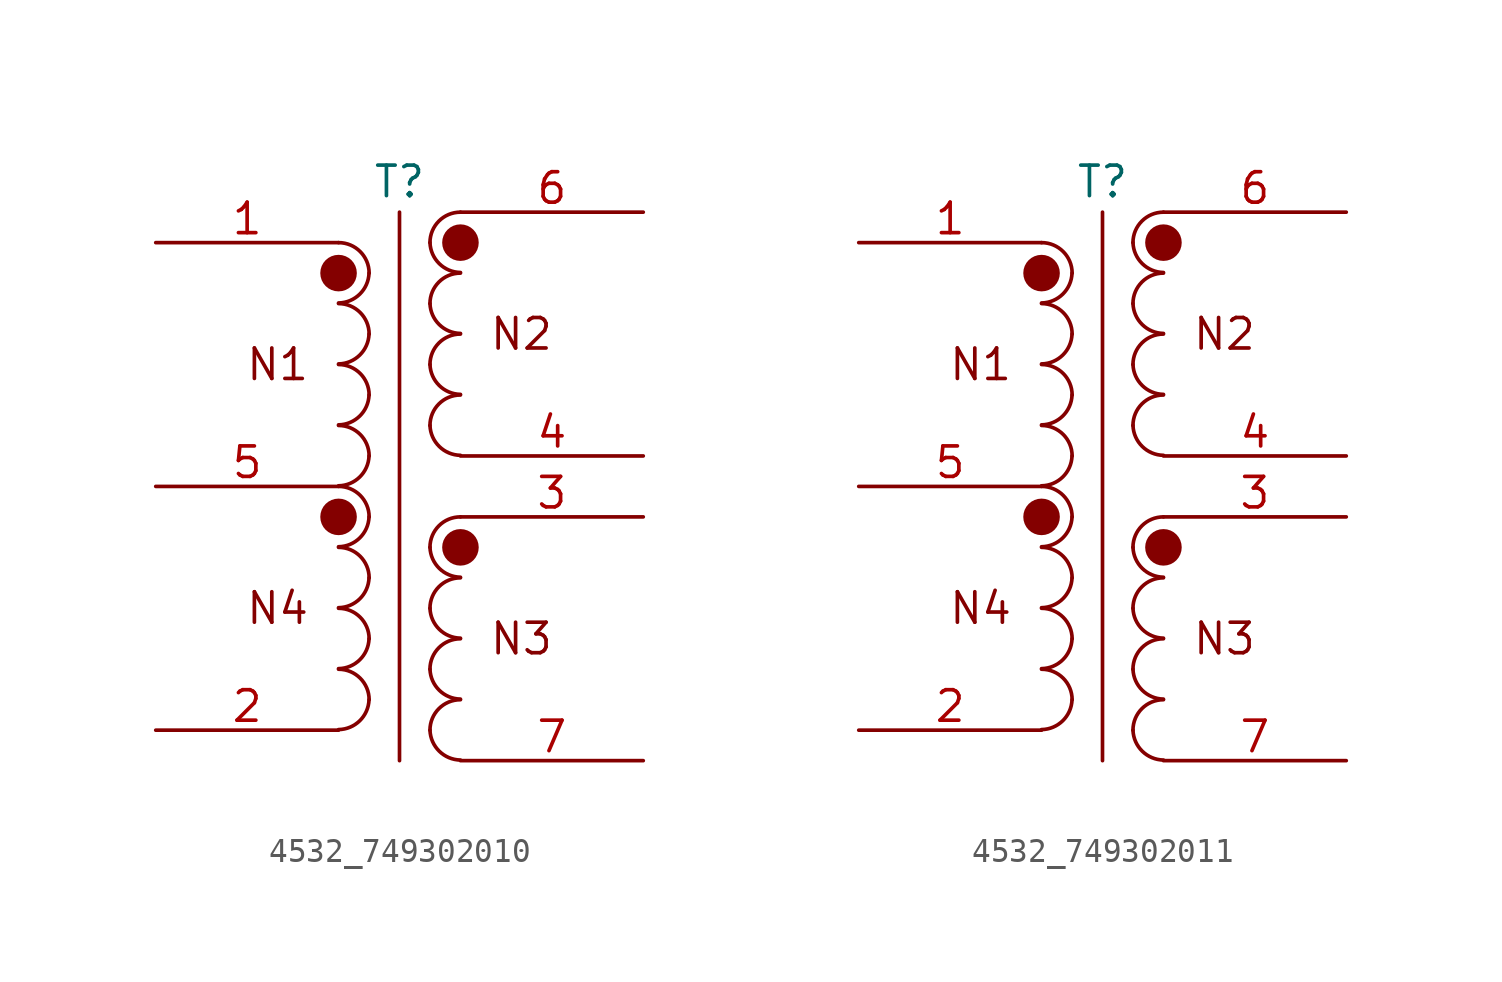
<source format=kicad_sym>
(kicad_symbol_lib
  (version 20220914)
  (generator kicad_symbol_editor)
  (symbol "4532_749302010"
    (pin_names hide)
    (property "Reference" "T"
      (at 0 12.7 0)
      (effects (font (size 1.27 1.27))))
    (property "Critical Parameter" ""
      (at 0 -5.08 0)
      (effects (font (size 1.27 1.27)) (justify left)))
    (symbol "4532_749302010_0_1"
      (arc (start -2.54 -10.1346) (mid -1.6561 -9.7663) (end -1.27 -8.89) (stroke (width 0) (type default)) (fill (type none)))
      (arc (start -2.54 -7.5946) (mid -1.6561 -7.2263) (end -1.27 -6.35) (stroke (width 0) (type default)) (fill (type none)))
      (arc (start -2.54 -5.0546) (mid -1.6561 -4.6863) (end -1.27 -3.81) (stroke (width 0) (type default)) (fill (type none)))
      (arc (start -2.54 -2.5146) (mid -1.6561 -2.1463) (end -1.27 -1.27) (stroke (width 0) (type default)) (fill (type none)))
      (arc (start -2.54 0.0254) (mid -1.6561 0.3937) (end -1.27 1.27) (stroke (width 0) (type default)) (fill (type none)))
      (arc (start -2.54 2.5654) (mid -1.6561 2.9337) (end -1.27 3.81) (stroke (width 0) (type default)) (fill (type none)))
      (arc (start -2.54 5.1054) (mid -1.6561 5.4737) (end -1.27 6.35) (stroke (width 0) (type default)) (fill (type none)))
      (arc (start -2.54 7.6454) (mid -1.6561 8.0137) (end -1.27 8.89) (stroke (width 0) (type default)) (fill (type none)))
      (arc (start -1.27 -8.89) (mid -1.642 -7.992) (end -2.54 -7.62) (stroke (width 0) (type default)) (fill (type none)))
      (arc (start -1.27 -6.35) (mid -1.642 -5.452) (end -2.54 -5.08) (stroke (width 0) (type default)) (fill (type none)))
      (arc (start -1.27 -3.81) (mid -1.642 -2.912) (end -2.54 -2.54) (stroke (width 0) (type default)) (fill (type none)))
      (arc (start -1.27 -1.27) (mid -1.642 -0.372) (end -2.54 0) (stroke (width 0) (type default)) (fill (type none)))
      (arc (start -1.27 1.27) (mid -1.642 2.168) (end -2.54 2.54) (stroke (width 0) (type default)) (fill (type none)))
      (arc (start -1.27 3.81) (mid -1.642 4.708) (end -2.54 5.08) (stroke (width 0) (type default)) (fill (type none)))
      (arc (start -1.27 6.35) (mid -1.642 7.248) (end -2.54 7.62) (stroke (width 0) (type default)) (fill (type none)))
      (arc (start -1.27 8.89) (mid -1.642 9.788) (end -2.54 10.16) (stroke (width 0) (type default)) (fill (type none)))
      (polyline (pts (xy 0 -11.43) (xy 0 11.43)) (stroke (width 0) (type default)) (fill (type none)))
      (arc (start 1.27 -10.16) (mid 1.6561 -11.0363) (end 2.54 -11.4046) (stroke (width 0) (type default)) (fill (type none)))
      (arc (start 1.27 -7.62) (mid 1.6561 -8.4963) (end 2.54 -8.8646) (stroke (width 0) (type default)) (fill (type none)))
      (arc (start 1.27 -5.08) (mid 1.6561 -5.9563) (end 2.54 -6.3246) (stroke (width 0) (type default)) (fill (type none)))
      (arc (start 1.27 -2.54) (mid 1.6561 -3.4163) (end 2.54 -3.7846) (stroke (width 0) (type default)) (fill (type none)))
      (arc (start 1.27 2.54) (mid 1.6561 1.6637) (end 2.54 1.2954) (stroke (width 0) (type default)) (fill (type none)))
      (arc (start 1.27 5.08) (mid 1.6561 4.2037) (end 2.54 3.8354) (stroke (width 0) (type default)) (fill (type none)))
      (arc (start 1.27 7.62) (mid 1.6561 6.7437) (end 2.54 6.3754) (stroke (width 0) (type default)) (fill (type none)))
      (arc (start 1.27 10.16) (mid 1.6561 9.2837) (end 2.54 8.9154) (stroke (width 0) (type default)) (fill (type none)))
      (arc (start 2.54 -8.89) (mid 1.642 -9.262) (end 1.27 -10.16) (stroke (width 0) (type default)) (fill (type none)))
      (arc (start 2.54 -6.35) (mid 1.642 -6.722) (end 1.27 -7.62) (stroke (width 0) (type default)) (fill (type none)))
      (arc (start 2.54 -3.81) (mid 1.642 -4.182) (end 1.27 -5.08) (stroke (width 0) (type default)) (fill (type none)))
      (arc (start 2.54 -1.27) (mid 1.642 -1.642) (end 1.27 -2.54) (stroke (width 0) (type default)) (fill (type none)))
      (arc (start 2.54 3.81) (mid 1.642 3.438) (end 1.27 2.54) (stroke (width 0) (type default)) (fill (type none)))
      (arc (start 2.54 6.35) (mid 1.642 5.978) (end 1.27 5.08) (stroke (width 0) (type default)) (fill (type none)))
      (arc (start 2.54 8.89) (mid 1.642 8.518) (end 1.27 7.62) (stroke (width 0) (type default)) (fill (type none)))
      (arc (start 2.54 11.43) (mid 1.642 11.058) (end 1.27 10.16) (stroke (width 0) (type default)) (fill (type none))))
    (symbol "4532_749302010_1_1"
      (circle (center -2.54 -1.27) (radius 0.0001) (stroke (width 0.762) (type default)) (fill (type none)))
      (circle (center -2.54 8.89) (radius 0.0001) (stroke (width 0.762) (type default)) (fill (type none)))
      (circle (center 2.54 -2.54) (radius 0.0001) (stroke (width 0.762) (type default)) (fill (type none)))
      (circle (center 2.54 10.16) (radius 0.0001) (stroke (width 0.762) (type default)) (fill (type none)))
      (text "N1" (at -5.08 5.08 0) (effects (font (size 1.27 1.27))))
      (text "N2" (at 5.08 6.35 0) (effects (font (size 1.27 1.27))))
      (text "N3" (at 5.08 -6.35 0) (effects (font (size 1.27 1.27))))
      (text "N4" (at -5.08 -5.08 0) (effects (font (size 1.27 1.27))))
      (pin passive line (at -10.16 10.16 0) (length 7.62) (name "1" (effects (font (size 1.27 1.27)))) (number "1" (effects (font (size 1.27 1.27)))))
      (pin passive line (at -10.16 -10.16 0) (length 7.62) (name "2" (effects (font (size 1.27 1.27)))) (number "2" (effects (font (size 1.27 1.27)))))
      (pin passive line (at 10.16 -1.27 180) (length 7.62) (name "3" (effects (font (size 1.27 1.27)))) (number "3" (effects (font (size 1.27 1.27)))))
      (pin passive line (at 10.16 1.27 180) (length 7.62) (name "4" (effects (font (size 1.27 1.27)))) (number "4" (effects (font (size 1.27 1.27)))))
      (pin passive line (at -10.16 0 0) (length 7.62) (name "5" (effects (font (size 1.27 1.27)))) (number "5" (effects (font (size 1.27 1.27)))))
      (pin passive line (at 10.16 11.43 180) (length 7.62) (name "6" (effects (font (size 1.27 1.27)))) (number "6" (effects (font (size 1.27 1.27)))))
      (pin passive line (at 10.16 -11.43 180) (length 7.62) (name "7" (effects (font (size 1.27 1.27)))) (number "7" (effects (font (size 1.27 1.27)))))))
  (symbol "4532_749302011"
    (pin_names hide)
    (property "Reference" "T"
      (at 0 12.7 0)
      (effects (font (size 1.27 1.27))))
    (property "Critical Parameter" ""
      (at 0 -5.08 0)
      (effects (font (size 1.27 1.27)) (justify left)))
    (symbol "4532_749302011_0_1"
      (arc (start -2.54 -10.1346) (mid -1.6561 -9.7663) (end -1.27 -8.89) (stroke (width 0) (type default)) (fill (type none)))
      (arc (start -2.54 -7.5946) (mid -1.6561 -7.2263) (end -1.27 -6.35) (stroke (width 0) (type default)) (fill (type none)))
      (arc (start -2.54 -5.0546) (mid -1.6561 -4.6863) (end -1.27 -3.81) (stroke (width 0) (type default)) (fill (type none)))
      (arc (start -2.54 -2.5146) (mid -1.6561 -2.1463) (end -1.27 -1.27) (stroke (width 0) (type default)) (fill (type none)))
      (arc (start -2.54 0.0254) (mid -1.6561 0.3937) (end -1.27 1.27) (stroke (width 0) (type default)) (fill (type none)))
      (arc (start -2.54 2.5654) (mid -1.6561 2.9337) (end -1.27 3.81) (stroke (width 0) (type default)) (fill (type none)))
      (arc (start -2.54 5.1054) (mid -1.6561 5.4737) (end -1.27 6.35) (stroke (width 0) (type default)) (fill (type none)))
      (arc (start -2.54 7.6454) (mid -1.6561 8.0137) (end -1.27 8.89) (stroke (width 0) (type default)) (fill (type none)))
      (arc (start -1.27 -8.89) (mid -1.642 -7.992) (end -2.54 -7.62) (stroke (width 0) (type default)) (fill (type none)))
      (arc (start -1.27 -6.35) (mid -1.642 -5.452) (end -2.54 -5.08) (stroke (width 0) (type default)) (fill (type none)))
      (arc (start -1.27 -3.81) (mid -1.642 -2.912) (end -2.54 -2.54) (stroke (width 0) (type default)) (fill (type none)))
      (arc (start -1.27 -1.27) (mid -1.642 -0.372) (end -2.54 0) (stroke (width 0) (type default)) (fill (type none)))
      (arc (start -1.27 1.27) (mid -1.642 2.168) (end -2.54 2.54) (stroke (width 0) (type default)) (fill (type none)))
      (arc (start -1.27 3.81) (mid -1.642 4.708) (end -2.54 5.08) (stroke (width 0) (type default)) (fill (type none)))
      (arc (start -1.27 6.35) (mid -1.642 7.248) (end -2.54 7.62) (stroke (width 0) (type default)) (fill (type none)))
      (arc (start -1.27 8.89) (mid -1.642 9.788) (end -2.54 10.16) (stroke (width 0) (type default)) (fill (type none)))
      (polyline (pts (xy 0 -11.43) (xy 0 11.43)) (stroke (width 0) (type default)) (fill (type none)))
      (arc (start 1.27 -10.16) (mid 1.6561 -11.0363) (end 2.54 -11.4046) (stroke (width 0) (type default)) (fill (type none)))
      (arc (start 1.27 -7.62) (mid 1.6561 -8.4963) (end 2.54 -8.8646) (stroke (width 0) (type default)) (fill (type none)))
      (arc (start 1.27 -5.08) (mid 1.6561 -5.9563) (end 2.54 -6.3246) (stroke (width 0) (type default)) (fill (type none)))
      (arc (start 1.27 -2.54) (mid 1.6561 -3.4163) (end 2.54 -3.7846) (stroke (width 0) (type default)) (fill (type none)))
      (arc (start 1.27 2.54) (mid 1.6561 1.6637) (end 2.54 1.2954) (stroke (width 0) (type default)) (fill (type none)))
      (arc (start 1.27 5.08) (mid 1.6561 4.2037) (end 2.54 3.8354) (stroke (width 0) (type default)) (fill (type none)))
      (arc (start 1.27 7.62) (mid 1.6561 6.7437) (end 2.54 6.3754) (stroke (width 0) (type default)) (fill (type none)))
      (arc (start 1.27 10.16) (mid 1.6561 9.2837) (end 2.54 8.9154) (stroke (width 0) (type default)) (fill (type none)))
      (arc (start 2.54 -8.89) (mid 1.642 -9.262) (end 1.27 -10.16) (stroke (width 0) (type default)) (fill (type none)))
      (arc (start 2.54 -6.35) (mid 1.642 -6.722) (end 1.27 -7.62) (stroke (width 0) (type default)) (fill (type none)))
      (arc (start 2.54 -3.81) (mid 1.642 -4.182) (end 1.27 -5.08) (stroke (width 0) (type default)) (fill (type none)))
      (arc (start 2.54 -1.27) (mid 1.642 -1.642) (end 1.27 -2.54) (stroke (width 0) (type default)) (fill (type none)))
      (arc (start 2.54 3.81) (mid 1.642 3.438) (end 1.27 2.54) (stroke (width 0) (type default)) (fill (type none)))
      (arc (start 2.54 6.35) (mid 1.642 5.978) (end 1.27 5.08) (stroke (width 0) (type default)) (fill (type none)))
      (arc (start 2.54 8.89) (mid 1.642 8.518) (end 1.27 7.62) (stroke (width 0) (type default)) (fill (type none)))
      (arc (start 2.54 11.43) (mid 1.642 11.058) (end 1.27 10.16) (stroke (width 0) (type default)) (fill (type none))))
    (symbol "4532_749302011_1_1"
      (circle (center -2.54 -1.27) (radius 0.0001) (stroke (width 0.762) (type default)) (fill (type none)))
      (circle (center -2.54 8.89) (radius 0.0001) (stroke (width 0.762) (type default)) (fill (type none)))
      (circle (center 2.54 -2.54) (radius 0.0001) (stroke (width 0.762) (type default)) (fill (type none)))
      (circle (center 2.54 10.16) (radius 0.0001) (stroke (width 0.762) (type default)) (fill (type none)))
      (text "N1" (at -5.08 5.08 0) (effects (font (size 1.27 1.27))))
      (text "N2" (at 5.08 6.35 0) (effects (font (size 1.27 1.27))))
      (text "N3" (at 5.08 -6.35 0) (effects (font (size 1.27 1.27))))
      (text "N4" (at -5.08 -5.08 0) (effects (font (size 1.27 1.27))))
      (pin passive line (at -10.16 10.16 0) (length 7.62) (name "1" (effects (font (size 1.27 1.27)))) (number "1" (effects (font (size 1.27 1.27)))))
      (pin passive line (at -10.16 -10.16 0) (length 7.62) (name "2" (effects (font (size 1.27 1.27)))) (number "2" (effects (font (size 1.27 1.27)))))
      (pin passive line (at 10.16 -1.27 180) (length 7.62) (name "3" (effects (font (size 1.27 1.27)))) (number "3" (effects (font (size 1.27 1.27)))))
      (pin passive line (at 10.16 1.27 180) (length 7.62) (name "4" (effects (font (size 1.27 1.27)))) (number "4" (effects (font (size 1.27 1.27)))))
      (pin passive line (at -10.16 0 0) (length 7.62) (name "5" (effects (font (size 1.27 1.27)))) (number "5" (effects (font (size 1.27 1.27)))))
      (pin passive line (at 10.16 11.43 180) (length 7.62) (name "6" (effects (font (size 1.27 1.27)))) (number "6" (effects (font (size 1.27 1.27)))))
      (pin passive line (at 10.16 -11.43 180) (length 7.62) (name "7" (effects (font (size 1.27 1.27)))) (number "7" (effects (font (size 1.27 1.27))))))))
</source>
